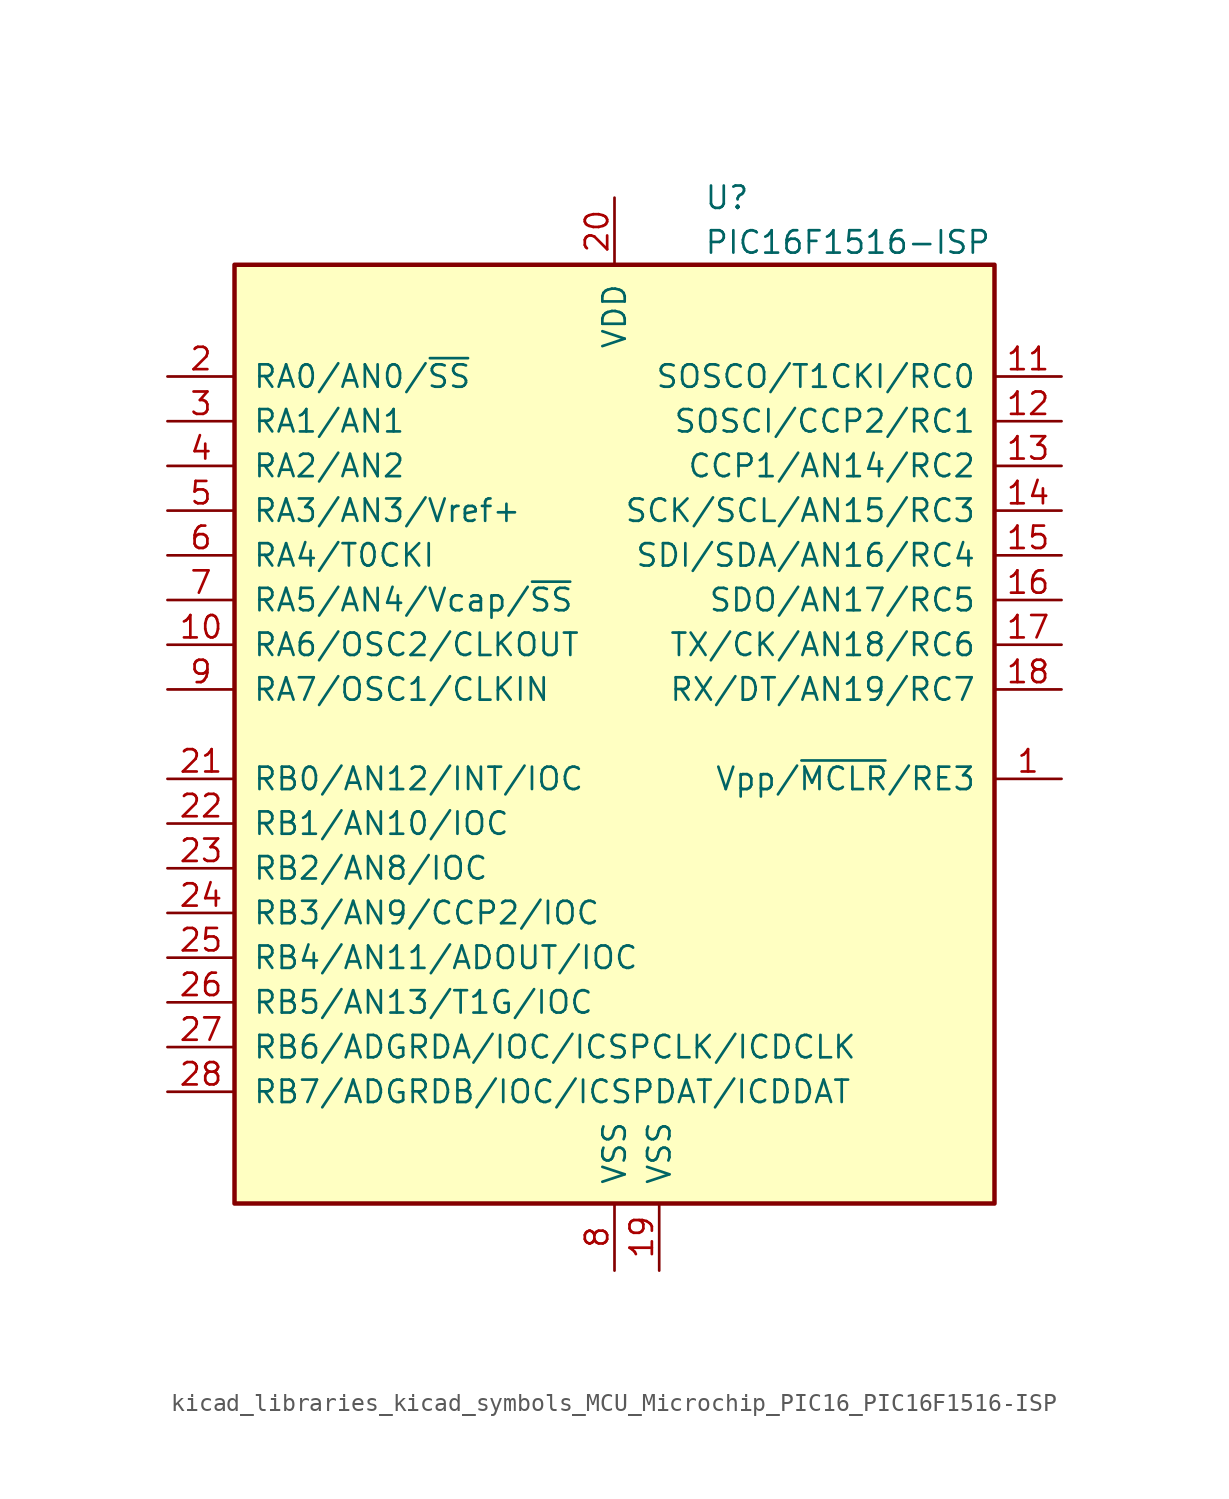
<source format=kicad_sym>
(kicad_symbol_lib
  (version 20220914)
  (generator kicad_symbol_editor)
  (symbol "kicad_libraries_kicad_symbols_MCU_Microchip_PIC16_PIC16F1516-ISP"
    (pin_names
      (offset 1.016))
    (property "Reference" "U"
      (at 5.08 30.48 0)
      (effects (font (size 1.27 1.27)) (justify left)))
    (property "Value" "PIC16F1516-ISP"
      (at 5.08 27.94 0)
      (effects (font (size 1.27 1.27)) (justify left)))
    (symbol "kicad_libraries_kicad_symbols_MCU_Microchip_PIC16_PIC16F1516-ISP_0_1"
      (rectangle (start -21.59 26.67) (end 21.59 -26.67) (stroke (width 0.254) (type default)) (fill (type background))))
    (symbol "kicad_libraries_kicad_symbols_MCU_Microchip_PIC16_PIC16F1516-ISP_1_1"
      (pin input line (at 25.4 -2.54 180) (length 3.81) (name "Vpp/~{MCLR}/RE3" (effects (font (size 1.27 1.27)))) (number "1" (effects (font (size 1.27 1.27)))))
      (pin bidirectional line (at -25.4 5.08 0) (length 3.81) (name "RA6/OSC2/CLKOUT" (effects (font (size 1.27 1.27)))) (number "10" (effects (font (size 1.27 1.27)))))
      (pin bidirectional line (at 25.4 20.32 180) (length 3.81) (name "SOSCO/T1CKI/RC0" (effects (font (size 1.27 1.27)))) (number "11" (effects (font (size 1.27 1.27)))))
      (pin bidirectional line (at 25.4 17.78 180) (length 3.81) (name "SOSCI/CCP2/RC1" (effects (font (size 1.27 1.27)))) (number "12" (effects (font (size 1.27 1.27)))))
      (pin bidirectional line (at 25.4 15.24 180) (length 3.81) (name "CCP1/AN14/RC2" (effects (font (size 1.27 1.27)))) (number "13" (effects (font (size 1.27 1.27)))))
      (pin bidirectional line (at 25.4 12.7 180) (length 3.81) (name "SCK/SCL/AN15/RC3" (effects (font (size 1.27 1.27)))) (number "14" (effects (font (size 1.27 1.27)))))
      (pin bidirectional line (at 25.4 10.16 180) (length 3.81) (name "SDI/SDA/AN16/RC4" (effects (font (size 1.27 1.27)))) (number "15" (effects (font (size 1.27 1.27)))))
      (pin bidirectional line (at 25.4 7.62 180) (length 3.81) (name "SDO/AN17/RC5" (effects (font (size 1.27 1.27)))) (number "16" (effects (font (size 1.27 1.27)))))
      (pin bidirectional line (at 25.4 5.08 180) (length 3.81) (name "TX/CK/AN18/RC6" (effects (font (size 1.27 1.27)))) (number "17" (effects (font (size 1.27 1.27)))))
      (pin bidirectional line (at 25.4 2.54 180) (length 3.81) (name "RX/DT/AN19/RC7" (effects (font (size 1.27 1.27)))) (number "18" (effects (font (size 1.27 1.27)))))
      (pin power_in line (at 2.54 -30.48 90) (length 3.81) (name "VSS" (effects (font (size 1.27 1.27)))) (number "19" (effects (font (size 1.27 1.27)))))
      (pin bidirectional line (at -25.4 20.32 0) (length 3.81) (name "RA0/AN0/~{SS}" (effects (font (size 1.27 1.27)))) (number "2" (effects (font (size 1.27 1.27)))))
      (pin power_in line (at 0 30.48 270) (length 3.81) (name "VDD" (effects (font (size 1.27 1.27)))) (number "20" (effects (font (size 1.27 1.27)))))
      (pin bidirectional line (at -25.4 -2.54 0) (length 3.81) (name "RB0/AN12/INT/IOC" (effects (font (size 1.27 1.27)))) (number "21" (effects (font (size 1.27 1.27)))))
      (pin bidirectional line (at -25.4 -5.08 0) (length 3.81) (name "RB1/AN10/IOC" (effects (font (size 1.27 1.27)))) (number "22" (effects (font (size 1.27 1.27)))))
      (pin bidirectional line (at -25.4 -7.62 0) (length 3.81) (name "RB2/AN8/IOC" (effects (font (size 1.27 1.27)))) (number "23" (effects (font (size 1.27 1.27)))))
      (pin bidirectional line (at -25.4 -10.16 0) (length 3.81) (name "RB3/AN9/CCP2/IOC" (effects (font (size 1.27 1.27)))) (number "24" (effects (font (size 1.27 1.27)))))
      (pin bidirectional line (at -25.4 -12.7 0) (length 3.81) (name "RB4/AN11/ADOUT/IOC" (effects (font (size 1.27 1.27)))) (number "25" (effects (font (size 1.27 1.27)))))
      (pin bidirectional line (at -25.4 -15.24 0) (length 3.81) (name "RB5/AN13/T1G/IOC" (effects (font (size 1.27 1.27)))) (number "26" (effects (font (size 1.27 1.27)))))
      (pin bidirectional line (at -25.4 -17.78 0) (length 3.81) (name "RB6/ADGRDA/IOC/ICSPCLK/ICDCLK" (effects (font (size 1.27 1.27)))) (number "27" (effects (font (size 1.27 1.27)))))
      (pin bidirectional line (at -25.4 -20.32 0) (length 3.81) (name "RB7/ADGRDB/IOC/ICSPDAT/ICDDAT" (effects (font (size 1.27 1.27)))) (number "28" (effects (font (size 1.27 1.27)))))
      (pin bidirectional line (at -25.4 17.78 0) (length 3.81) (name "RA1/AN1" (effects (font (size 1.27 1.27)))) (number "3" (effects (font (size 1.27 1.27)))))
      (pin bidirectional line (at -25.4 15.24 0) (length 3.81) (name "RA2/AN2" (effects (font (size 1.27 1.27)))) (number "4" (effects (font (size 1.27 1.27)))))
      (pin bidirectional line (at -25.4 12.7 0) (length 3.81) (name "RA3/AN3/Vref+" (effects (font (size 1.27 1.27)))) (number "5" (effects (font (size 1.27 1.27)))))
      (pin bidirectional line (at -25.4 10.16 0) (length 3.81) (name "RA4/T0CKI" (effects (font (size 1.27 1.27)))) (number "6" (effects (font (size 1.27 1.27)))))
      (pin bidirectional line (at -25.4 7.62 0) (length 3.81) (name "RA5/AN4/Vcap/~{SS}" (effects (font (size 1.27 1.27)))) (number "7" (effects (font (size 1.27 1.27)))))
      (pin power_in line (at 0 -30.48 90) (length 3.81) (name "VSS" (effects (font (size 1.27 1.27)))) (number "8" (effects (font (size 1.27 1.27)))))
      (pin bidirectional line (at -25.4 2.54 0) (length 3.81) (name "RA7/OSC1/CLKIN" (effects (font (size 1.27 1.27)))) (number "9" (effects (font (size 1.27 1.27))))))))
</source>
